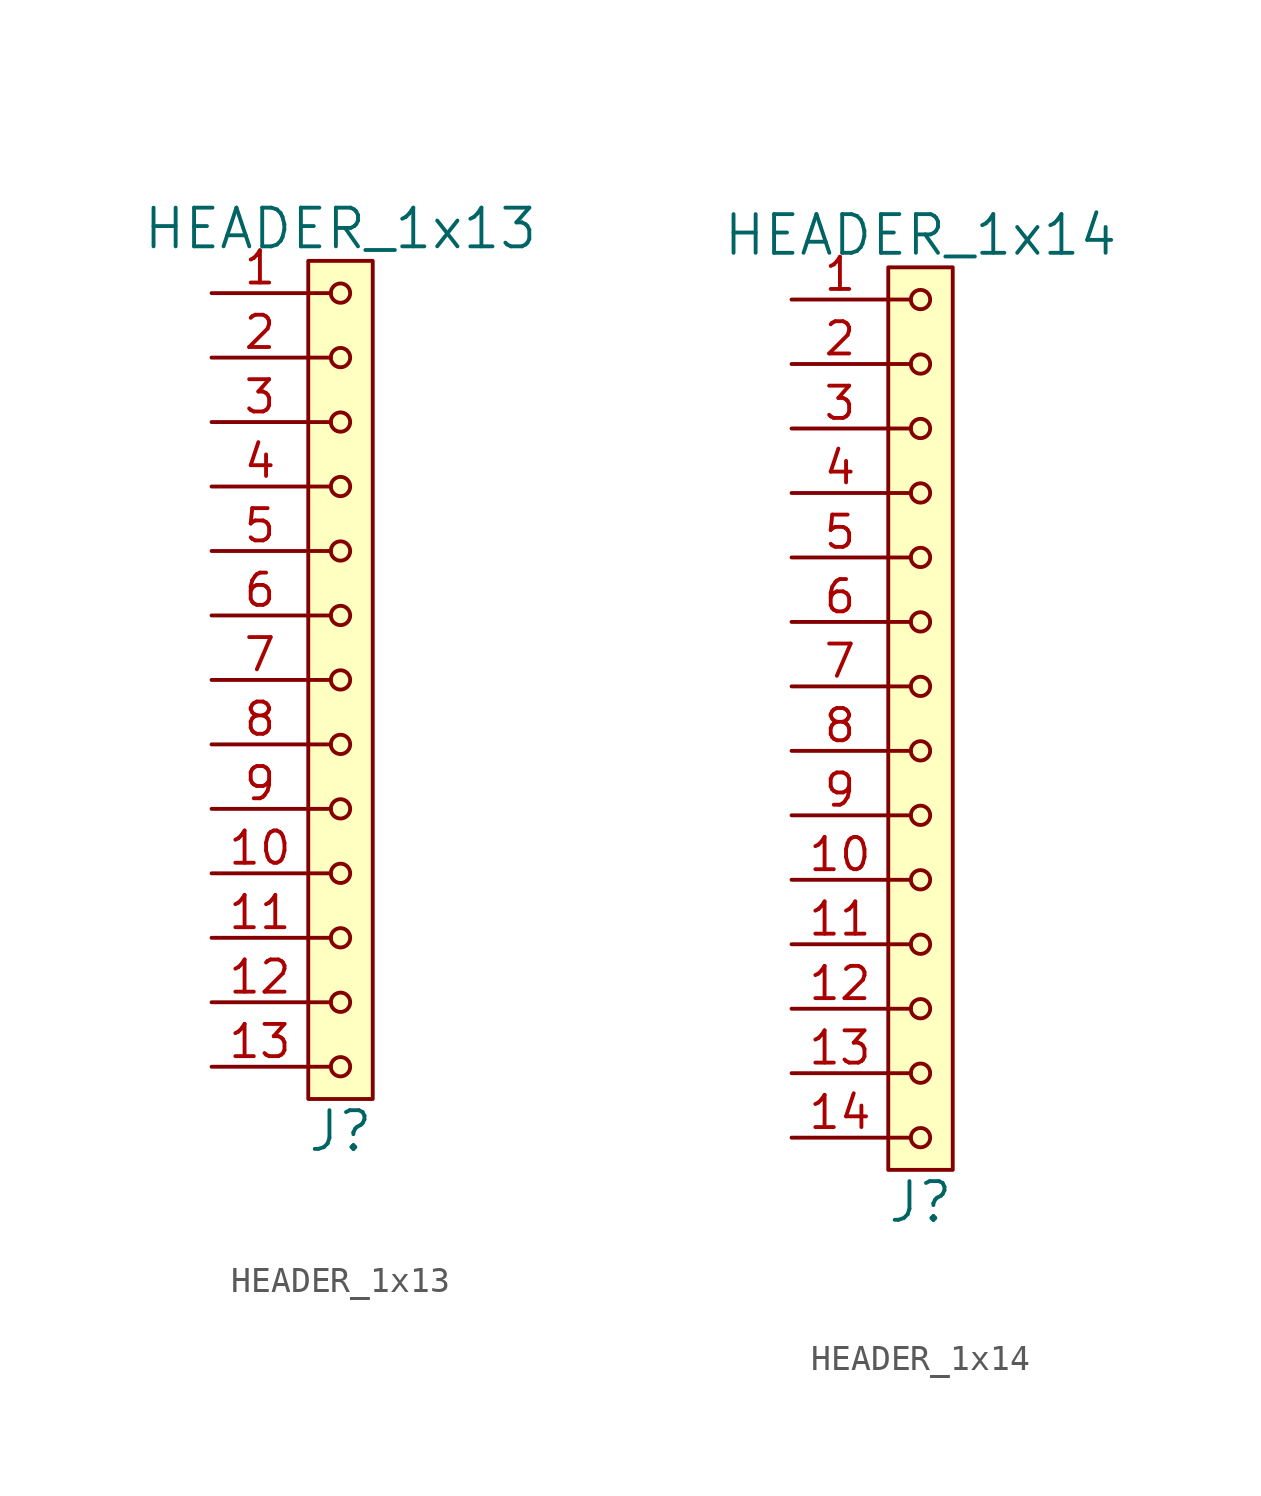
<source format=kicad_sym>
(kicad_symbol_lib
  (version 20211014)
  (generator kicad_symbol_editor)
  (symbol "HEADER_1x13"
    (pin_names
      (offset 1.016))
    (property "Reference" "J"
      (at 0 -17.78 0)
      (effects (font (size 1.524 1.524))))
    (property "Value" "HEADER_1x13"
      (at 0 17.78 0)
      (effects (font (size 1.524 1.524))))
    (property "Footprint" ""
      (at 0 15.24 0)
      (effects (font (size 1.524 1.524))))
    (property "Datasheet" ""
      (at 0 15.24 0)
      (effects (font (size 1.524 1.524))))
    (symbol "HEADER_1x13_0_1"
      (rectangle (start -1.27 16.51) (end 1.27 -16.51) (stroke (width 0) (type default) (color 0 0 0 0)) (fill (type background)))
      (circle (center 0 -15.24) (radius 0.381) (stroke (width 0) (type default) (color 0 0 0 0)) (fill (type none)))
      (circle (center 0 -12.7) (radius 0.381) (stroke (width 0) (type default) (color 0 0 0 0)) (fill (type none)))
      (circle (center 0 -10.16) (radius 0.381) (stroke (width 0) (type default) (color 0 0 0 0)) (fill (type none)))
      (circle (center 0 -7.62) (radius 0.381) (stroke (width 0) (type default) (color 0 0 0 0)) (fill (type none)))
      (circle (center 0 -5.08) (radius 0.381) (stroke (width 0) (type default) (color 0 0 0 0)) (fill (type none)))
      (circle (center 0 -2.54) (radius 0.381) (stroke (width 0) (type default) (color 0 0 0 0)) (fill (type none)))
      (polyline (pts (xy -1.27 -15.24) (xy -0.381 -15.24)) (stroke (width 0) (type default) (color 0 0 0 0)) (fill (type none)))
      (polyline (pts (xy -1.27 -12.7) (xy -0.381 -12.7)) (stroke (width 0) (type default) (color 0 0 0 0)) (fill (type none)))
      (polyline (pts (xy -1.27 -10.16) (xy -0.381 -10.16)) (stroke (width 0) (type default) (color 0 0 0 0)) (fill (type none)))
      (polyline (pts (xy -1.27 -7.62) (xy -0.381 -7.62)) (stroke (width 0) (type default) (color 0 0 0 0)) (fill (type none)))
      (polyline (pts (xy -1.27 -5.08) (xy -0.381 -5.08)) (stroke (width 0) (type default) (color 0 0 0 0)) (fill (type none)))
      (polyline (pts (xy -1.27 -2.54) (xy -0.381 -2.54)) (stroke (width 0) (type default) (color 0 0 0 0)) (fill (type none)))
      (polyline (pts (xy -1.27 0) (xy -0.381 0)) (stroke (width 0) (type default) (color 0 0 0 0)) (fill (type none)))
      (polyline (pts (xy -1.27 2.54) (xy -0.381 2.54)) (stroke (width 0) (type default) (color 0 0 0 0)) (fill (type none)))
      (polyline (pts (xy -1.27 5.08) (xy -0.381 5.08)) (stroke (width 0) (type default) (color 0 0 0 0)) (fill (type none)))
      (polyline (pts (xy -1.27 7.62) (xy -0.381 7.62)) (stroke (width 0) (type default) (color 0 0 0 0)) (fill (type none)))
      (polyline (pts (xy -1.27 10.16) (xy -0.381 10.16)) (stroke (width 0) (type default) (color 0 0 0 0)) (fill (type none)))
      (polyline (pts (xy -1.27 12.7) (xy -0.381 12.7)) (stroke (width 0) (type default) (color 0 0 0 0)) (fill (type none)))
      (polyline (pts (xy -1.27 15.24) (xy -0.381 15.24)) (stroke (width 0) (type default) (color 0 0 0 0)) (fill (type none)))
      (circle (center 0 0) (radius 0.381) (stroke (width 0) (type default) (color 0 0 0 0)) (fill (type none)))
      (circle (center 0 2.54) (radius 0.381) (stroke (width 0) (type default) (color 0 0 0 0)) (fill (type none)))
      (circle (center 0 5.08) (radius 0.381) (stroke (width 0) (type default) (color 0 0 0 0)) (fill (type none)))
      (circle (center 0 7.62) (radius 0.381) (stroke (width 0) (type default) (color 0 0 0 0)) (fill (type none)))
      (circle (center 0 10.16) (radius 0.381) (stroke (width 0) (type default) (color 0 0 0 0)) (fill (type none)))
      (circle (center 0 12.7) (radius 0.381) (stroke (width 0) (type default) (color 0 0 0 0)) (fill (type none)))
      (circle (center 0 15.24) (radius 0.381) (stroke (width 0) (type default) (color 0 0 0 0)) (fill (type none))))
    (symbol "HEADER_1x13_1_1"
      (pin input line (at -5.08 15.24 0) (length 3.81) (name "~" (effects (font (size 1.27 1.27)))) (number "1" (effects (font (size 1.27 1.27)))))
      (pin input line (at -5.08 -7.62 0) (length 3.81) (name "~" (effects (font (size 1.27 1.27)))) (number "10" (effects (font (size 1.27 1.27)))))
      (pin input line (at -5.08 -10.16 0) (length 3.81) (name "~" (effects (font (size 1.27 1.27)))) (number "11" (effects (font (size 1.27 1.27)))))
      (pin input line (at -5.08 -12.7 0) (length 3.81) (name "~" (effects (font (size 1.27 1.27)))) (number "12" (effects (font (size 1.27 1.27)))))
      (pin input line (at -5.08 -15.24 0) (length 3.81) (name "~" (effects (font (size 1.27 1.27)))) (number "13" (effects (font (size 1.27 1.27)))))
      (pin input line (at -5.08 12.7 0) (length 3.81) (name "~" (effects (font (size 1.27 1.27)))) (number "2" (effects (font (size 1.27 1.27)))))
      (pin input line (at -5.08 10.16 0) (length 3.81) (name "~" (effects (font (size 1.27 1.27)))) (number "3" (effects (font (size 1.27 1.27)))))
      (pin input line (at -5.08 7.62 0) (length 3.81) (name "~" (effects (font (size 1.27 1.27)))) (number "4" (effects (font (size 1.27 1.27)))))
      (pin input line (at -5.08 5.08 0) (length 3.81) (name "~" (effects (font (size 1.27 1.27)))) (number "5" (effects (font (size 1.27 1.27)))))
      (pin input line (at -5.08 2.54 0) (length 3.81) (name "~" (effects (font (size 1.27 1.27)))) (number "6" (effects (font (size 1.27 1.27)))))
      (pin input line (at -5.08 0 0) (length 3.81) (name "~" (effects (font (size 1.27 1.27)))) (number "7" (effects (font (size 1.27 1.27)))))
      (pin input line (at -5.08 -2.54 0) (length 3.81) (name "~" (effects (font (size 1.27 1.27)))) (number "8" (effects (font (size 1.27 1.27)))))
      (pin input line (at -5.08 -5.08 0) (length 3.81) (name "~" (effects (font (size 1.27 1.27)))) (number "9" (effects (font (size 1.27 1.27)))))))
  (symbol "HEADER_1x14"
    (pin_names
      (offset 1.016))
    (property "Reference" "J"
      (at 0 -19.05 0)
      (effects (font (size 1.524 1.524))))
    (property "Value" "HEADER_1x14"
      (at 0 19.05 0)
      (effects (font (size 1.524 1.524))))
    (property "Footprint" ""
      (at 0 16.51 0)
      (effects (font (size 1.524 1.524))))
    (property "Datasheet" ""
      (at 0 16.51 0)
      (effects (font (size 1.524 1.524))))
    (symbol "HEADER_1x14_0_1"
      (rectangle (start -1.27 17.78) (end 1.27 -17.78) (stroke (width 0) (type default) (color 0 0 0 0)) (fill (type background)))
      (circle (center 0 -16.51) (radius 0.381) (stroke (width 0) (type default) (color 0 0 0 0)) (fill (type none)))
      (circle (center 0 -13.97) (radius 0.381) (stroke (width 0) (type default) (color 0 0 0 0)) (fill (type none)))
      (circle (center 0 -11.43) (radius 0.381) (stroke (width 0) (type default) (color 0 0 0 0)) (fill (type none)))
      (circle (center 0 -8.89) (radius 0.381) (stroke (width 0) (type default) (color 0 0 0 0)) (fill (type none)))
      (circle (center 0 -6.35) (radius 0.381) (stroke (width 0) (type default) (color 0 0 0 0)) (fill (type none)))
      (circle (center 0 -3.81) (radius 0.381) (stroke (width 0) (type default) (color 0 0 0 0)) (fill (type none)))
      (circle (center 0 -1.27) (radius 0.381) (stroke (width 0) (type default) (color 0 0 0 0)) (fill (type none)))
      (polyline (pts (xy -1.27 -16.51) (xy -0.381 -16.51)) (stroke (width 0) (type default) (color 0 0 0 0)) (fill (type none)))
      (polyline (pts (xy -1.27 -13.97) (xy -0.381 -13.97)) (stroke (width 0) (type default) (color 0 0 0 0)) (fill (type none)))
      (polyline (pts (xy -1.27 -11.43) (xy -0.381 -11.43)) (stroke (width 0) (type default) (color 0 0 0 0)) (fill (type none)))
      (polyline (pts (xy -1.27 -8.89) (xy -0.381 -8.89)) (stroke (width 0) (type default) (color 0 0 0 0)) (fill (type none)))
      (polyline (pts (xy -1.27 -6.35) (xy -0.381 -6.35)) (stroke (width 0) (type default) (color 0 0 0 0)) (fill (type none)))
      (polyline (pts (xy -1.27 -3.81) (xy -0.381 -3.81)) (stroke (width 0) (type default) (color 0 0 0 0)) (fill (type none)))
      (polyline (pts (xy -1.27 -1.27) (xy -0.381 -1.27)) (stroke (width 0) (type default) (color 0 0 0 0)) (fill (type none)))
      (polyline (pts (xy -1.27 1.27) (xy -0.381 1.27)) (stroke (width 0) (type default) (color 0 0 0 0)) (fill (type none)))
      (polyline (pts (xy -1.27 3.81) (xy -0.381 3.81)) (stroke (width 0) (type default) (color 0 0 0 0)) (fill (type none)))
      (polyline (pts (xy -1.27 6.35) (xy -0.381 6.35)) (stroke (width 0) (type default) (color 0 0 0 0)) (fill (type none)))
      (polyline (pts (xy -1.27 8.89) (xy -0.381 8.89)) (stroke (width 0) (type default) (color 0 0 0 0)) (fill (type none)))
      (polyline (pts (xy -1.27 11.43) (xy -0.381 11.43)) (stroke (width 0) (type default) (color 0 0 0 0)) (fill (type none)))
      (polyline (pts (xy -1.27 13.97) (xy -0.381 13.97)) (stroke (width 0) (type default) (color 0 0 0 0)) (fill (type none)))
      (polyline (pts (xy -1.27 16.51) (xy -0.381 16.51)) (stroke (width 0) (type default) (color 0 0 0 0)) (fill (type none)))
      (circle (center 0 1.27) (radius 0.381) (stroke (width 0) (type default) (color 0 0 0 0)) (fill (type none)))
      (circle (center 0 3.81) (radius 0.381) (stroke (width 0) (type default) (color 0 0 0 0)) (fill (type none)))
      (circle (center 0 6.35) (radius 0.381) (stroke (width 0) (type default) (color 0 0 0 0)) (fill (type none)))
      (circle (center 0 8.89) (radius 0.381) (stroke (width 0) (type default) (color 0 0 0 0)) (fill (type none)))
      (circle (center 0 11.43) (radius 0.381) (stroke (width 0) (type default) (color 0 0 0 0)) (fill (type none)))
      (circle (center 0 13.97) (radius 0.381) (stroke (width 0) (type default) (color 0 0 0 0)) (fill (type none)))
      (circle (center 0 16.51) (radius 0.381) (stroke (width 0) (type default) (color 0 0 0 0)) (fill (type none))))
    (symbol "HEADER_1x14_1_1"
      (pin input line (at -5.08 16.51 0) (length 3.81) (name "~" (effects (font (size 1.27 1.27)))) (number "1" (effects (font (size 1.27 1.27)))))
      (pin input line (at -5.08 -6.35 0) (length 3.81) (name "~" (effects (font (size 1.27 1.27)))) (number "10" (effects (font (size 1.27 1.27)))))
      (pin input line (at -5.08 -8.89 0) (length 3.81) (name "~" (effects (font (size 1.27 1.27)))) (number "11" (effects (font (size 1.27 1.27)))))
      (pin input line (at -5.08 -11.43 0) (length 3.81) (name "~" (effects (font (size 1.27 1.27)))) (number "12" (effects (font (size 1.27 1.27)))))
      (pin input line (at -5.08 -13.97 0) (length 3.81) (name "~" (effects (font (size 1.27 1.27)))) (number "13" (effects (font (size 1.27 1.27)))))
      (pin input line (at -5.08 -16.51 0) (length 3.81) (name "~" (effects (font (size 1.27 1.27)))) (number "14" (effects (font (size 1.27 1.27)))))
      (pin input line (at -5.08 13.97 0) (length 3.81) (name "~" (effects (font (size 1.27 1.27)))) (number "2" (effects (font (size 1.27 1.27)))))
      (pin input line (at -5.08 11.43 0) (length 3.81) (name "~" (effects (font (size 1.27 1.27)))) (number "3" (effects (font (size 1.27 1.27)))))
      (pin input line (at -5.08 8.89 0) (length 3.81) (name "~" (effects (font (size 1.27 1.27)))) (number "4" (effects (font (size 1.27 1.27)))))
      (pin input line (at -5.08 6.35 0) (length 3.81) (name "~" (effects (font (size 1.27 1.27)))) (number "5" (effects (font (size 1.27 1.27)))))
      (pin input line (at -5.08 3.81 0) (length 3.81) (name "~" (effects (font (size 1.27 1.27)))) (number "6" (effects (font (size 1.27 1.27)))))
      (pin input line (at -5.08 1.27 0) (length 3.81) (name "~" (effects (font (size 1.27 1.27)))) (number "7" (effects (font (size 1.27 1.27)))))
      (pin input line (at -5.08 -1.27 0) (length 3.81) (name "~" (effects (font (size 1.27 1.27)))) (number "8" (effects (font (size 1.27 1.27)))))
      (pin input line (at -5.08 -3.81 0) (length 3.81) (name "~" (effects (font (size 1.27 1.27)))) (number "9" (effects (font (size 1.27 1.27))))))))
</source>
